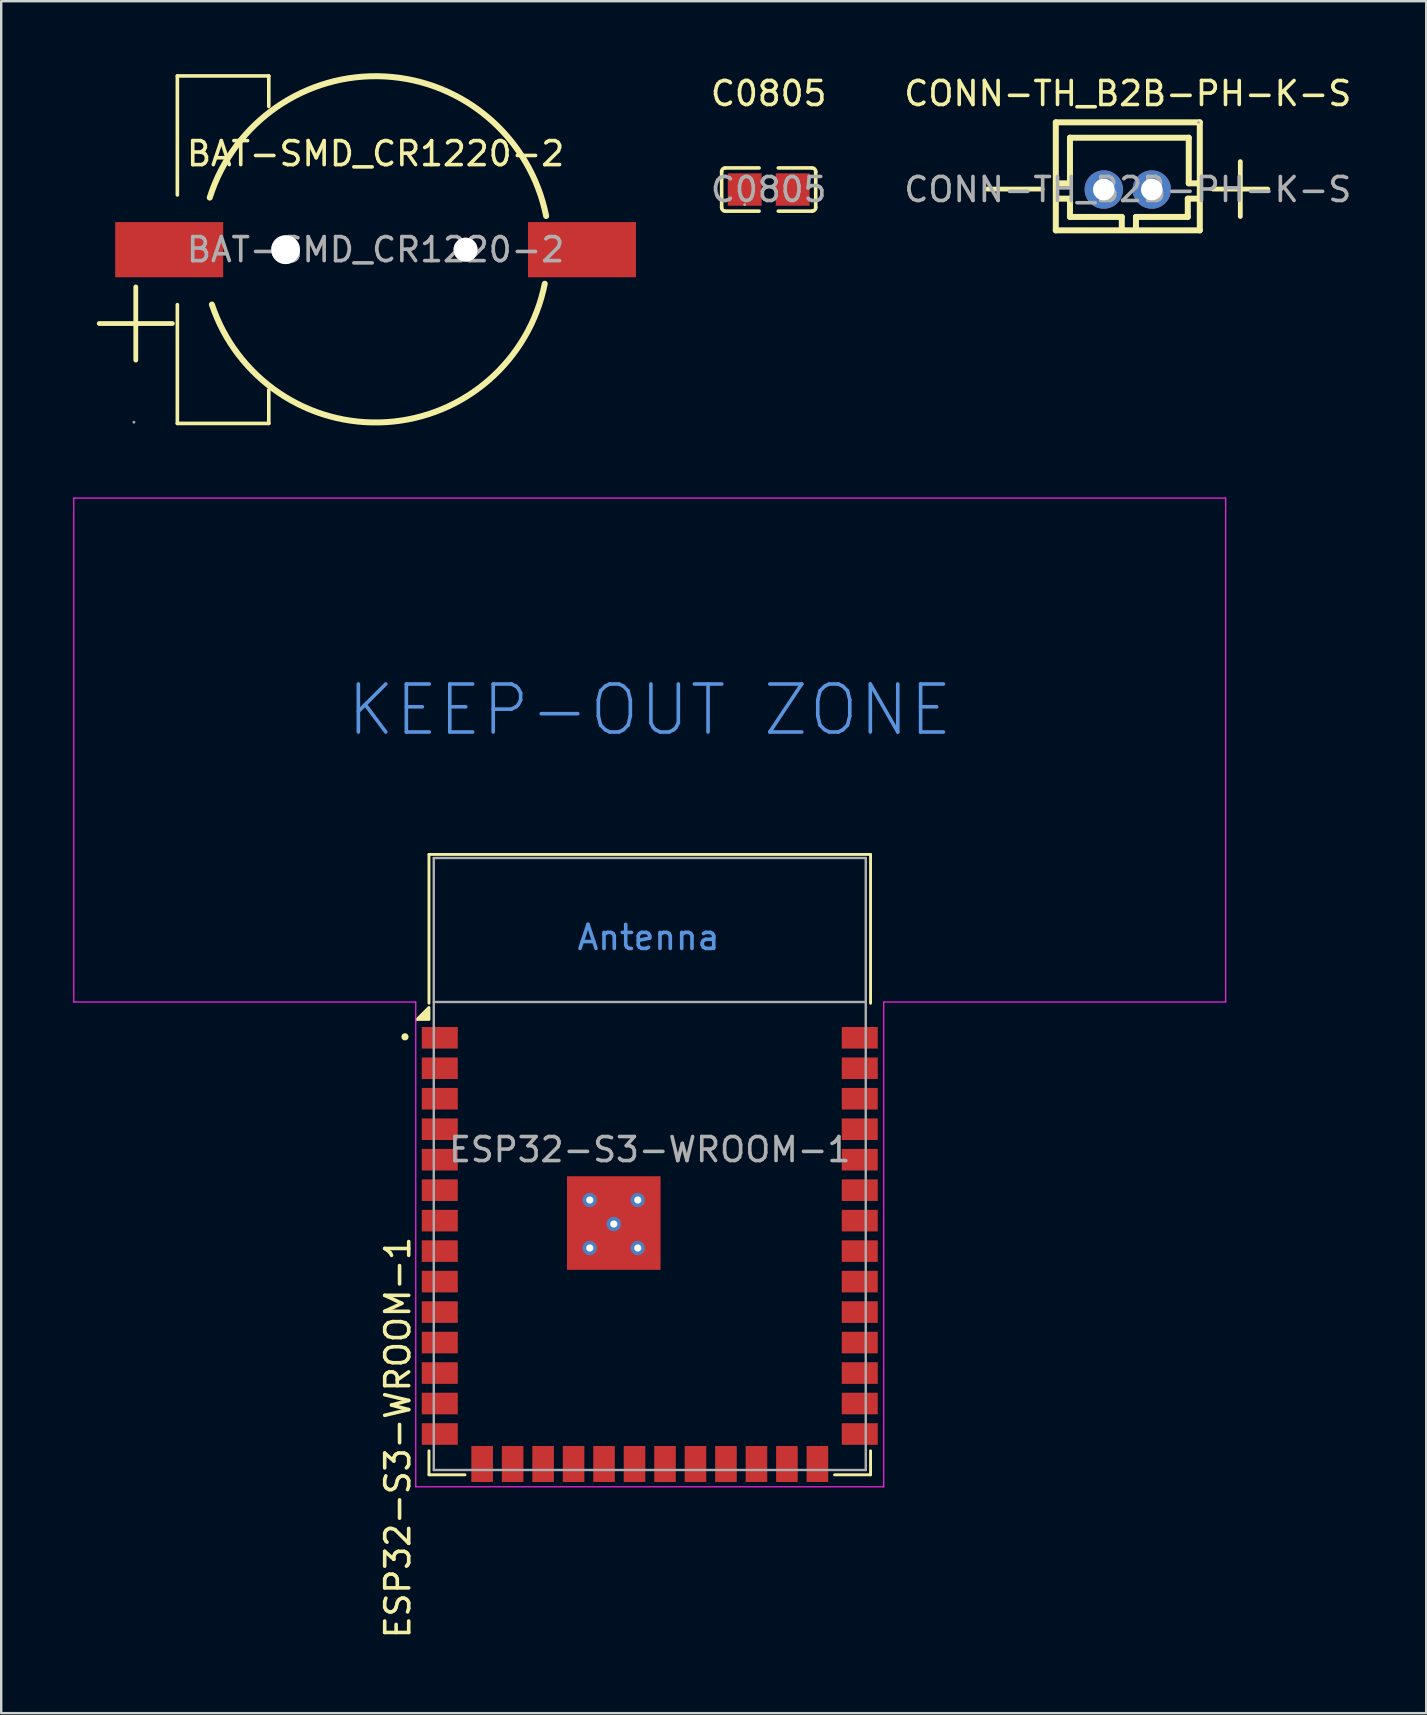
<source format=kicad_pcb>
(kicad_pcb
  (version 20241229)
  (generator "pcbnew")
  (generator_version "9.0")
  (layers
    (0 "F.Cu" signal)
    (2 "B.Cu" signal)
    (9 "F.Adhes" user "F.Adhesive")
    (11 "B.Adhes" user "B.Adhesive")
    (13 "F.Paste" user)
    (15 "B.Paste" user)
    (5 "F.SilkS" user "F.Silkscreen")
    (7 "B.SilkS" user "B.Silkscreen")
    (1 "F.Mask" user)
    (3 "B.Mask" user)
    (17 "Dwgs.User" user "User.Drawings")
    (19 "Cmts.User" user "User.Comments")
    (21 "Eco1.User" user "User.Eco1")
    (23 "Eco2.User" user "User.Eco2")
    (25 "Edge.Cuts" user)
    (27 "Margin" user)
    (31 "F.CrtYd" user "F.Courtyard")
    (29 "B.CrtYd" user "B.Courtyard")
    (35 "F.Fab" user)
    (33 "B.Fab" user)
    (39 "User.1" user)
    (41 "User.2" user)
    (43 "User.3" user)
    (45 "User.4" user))
  (footprint "C0805"
    (layer "F.Cu")
    (at 28.98 4.848)
    (property "Reference" "C0805" (at 0 -4 0) (layer "F.SilkS") (effects (font (size 1 1) (thickness 0.15))))
    (attr smd)
    (fp_line (start -1.96 0.75) (end -1.96 -0.75) (stroke (width 0.15) (type solid)) (layer "F.SilkS"))
    (fp_line (start -1.81 -0.9) (end -0.4 -0.9) (stroke (width 0.15) (type solid)) (layer "F.SilkS"))
    (fp_line (start -0.4 0.9) (end -1.81 0.9) (stroke (width 0.15) (type solid)) (layer "F.SilkS"))
    (fp_line (start 0.4 0.9) (end 1.81 0.9) (stroke (width 0.15) (type solid)) (layer "F.SilkS"))
    (fp_line (start 1.81 -0.9) (end 0.4 -0.9) (stroke (width 0.15) (type solid)) (layer "F.SilkS"))
    (fp_line (start 1.96 0.75) (end 1.96 -0.75) (stroke (width 0.15) (type solid)) (layer "F.SilkS"))
    (fp_arc (start -1.96 -0.75) (mid -1.916066 -0.856066) (end -1.81 -0.9) (stroke (width 0.15) (type solid)) (layer "F.SilkS"))
    (fp_arc (start -1.81 0.9) (mid -1.916066 0.856066) (end -1.96 0.75) (stroke (width 0.15) (type solid)) (layer "F.SilkS"))
    (fp_arc (start 1.81 -0.9) (mid 1.916066 -0.856066) (end 1.96 -0.75) (stroke (width 0.15) (type solid)) (layer "F.SilkS"))
    (fp_arc (start 1.96 0.75) (mid 1.916066 0.856066) (end 1.81 0.9) (stroke (width 0.15) (type solid)) (layer "F.SilkS"))
    (fp_circle (center -1 0.63) (end -0.97 0.63) (stroke (width 0.06) (type solid)) (fill no) (layer "F.Fab"))
    (fp_text user "${REFERENCE}" (at 0 0 0) (layer "F.Fab") (effects (font (size 1 1) (thickness 0.15))))
    (pad "1" smd rect (at -1 0) (size 1.41 1.35) (layers "F.Cu" "F.Mask" "F.Paste"))
    (pad "2" smd rect (at 1 0) (size 1.41 1.35) (layers "F.Cu" "F.Mask" "F.Paste")))
  (footprint "CONN-TH_B2B-PH-K-S"
    (layer "F.Cu")
    (at 43.944 4.848)
    (property "Reference" "CONN-TH_B2B-PH-K-S" (at 0 -4 0) (layer "F.SilkS") (effects (font (size 1 1) (thickness 0.15))))
    (attr through_hole)
    (fp_line (start -3 -2.8) (end 3 -2.8) (stroke (width 0.25) (type solid)) (layer "F.SilkS"))
    (fp_line (start -3 1.7) (end -3 -2.8) (stroke (width 0.25) (type solid)) (layer "F.SilkS"))
    (fp_line (start -2.92 -0.26) (end -2.41 -0.26) (stroke (width 0.25) (type solid)) (layer "F.SilkS"))
    (fp_line (start -2.92 0.38) (end -2.41 0.38) (stroke (width 0.25) (type solid)) (layer "F.SilkS"))
    (fp_line (start -2.41 -2.16) (end 2.54 -2.16) (stroke (width 0.25) (type solid)) (layer "F.SilkS"))
    (fp_line (start -2.41 -0.26) (end -2.41 -2.16) (stroke (width 0.25) (type solid)) (layer "F.SilkS"))
    (fp_line (start -2.41 0.38) (end -2.41 1.14) (stroke (width 0.25) (type solid)) (layer "F.SilkS"))
    (fp_line (start -2.41 1.14) (end -0.25 1.14) (stroke (width 0.25) (type solid)) (layer "F.SilkS"))
    (fp_line (start -0.25 1.14) (end -0.25 1.65) (stroke (width 0.25) (type solid)) (layer "F.SilkS"))
    (fp_line (start 0.34 1.14) (end 0.34 1.65) (stroke (width 0.25) (type solid)) (layer "F.SilkS"))
    (fp_line (start 2.5 0.38) (end 2.5 1.14) (stroke (width 0.25) (type solid)) (layer "F.SilkS"))
    (fp_line (start 2.5 1.14) (end 0.34 1.14) (stroke (width 0.25) (type solid)) (layer "F.SilkS"))
    (fp_line (start 2.54 -2.16) (end 2.54 -0.26) (stroke (width 0.25) (type solid)) (layer "F.SilkS"))
    (fp_line (start 2.54 -0.26) (end 2.93 -0.26) (stroke (width 0.25) (type solid)) (layer "F.SilkS"))
    (fp_line (start 3 -2.8) (end 3 1.7) (stroke (width 0.25) (type solid)) (layer "F.SilkS"))
    (fp_line (start 3 1.7) (end -3 1.7) (stroke (width 0.25) (type solid)) (layer "F.SilkS"))
    (fp_line (start 3.01 0.38) (end 2.5 0.38) (stroke (width 0.25) (type solid)) (layer "F.SilkS"))
    (fp_circle (center 2.95 -2.8) (end 2.98 -2.8) (stroke (width 0.06) (type solid)) (fill no) (layer "F.Fab"))
    (fp_text user "+" (at 2.7 1.5 0) (unlocked yes) (layer "F.SilkS") (effects (font (size 3 3) (thickness 0.2)) (justify left bottom)))
    (fp_text user "-" (at -6.7 1.5 0) (unlocked yes) (layer "F.SilkS") (effects (font (size 3 3) (thickness 0.2)) (justify left bottom)))
    (fp_text user "${REFERENCE}" (at 0 0 0) (layer "F.Fab") (effects (font (size 1 1) (thickness 0.15))))
    (pad "1" thru_hole circle (at 1 0 180) (size 1.6 1.6) (drill 0.9) (layers "*.Cu" "*.Mask"))
    (pad "2" thru_hole circle (at -1 0 180) (size 1.6 1.6) (drill 0.9) (layers "*.Cu" "*.Mask")))
  (footprint "BAT-SMD_CR1220-2"
    (layer "F.Cu")
    (at 12.6 7.354)
    (property "Reference" "BAT-SMD_CR1220-2" (at 0 -4 0) (layer "F.SilkS") (effects (font (size 1 1) (thickness 0.15))))
    (attr smd)
    (fp_line (start -8.26 -7.24) (end -8.26 -2.28) (stroke (width 0.15) (type solid)) (layer "F.SilkS"))
    (fp_line (start -8.26 2.29) (end -8.26 7.24) (stroke (width 0.15) (type solid)) (layer "F.SilkS"))
    (fp_line (start -8.26 7.24) (end -4.45 7.24) (stroke (width 0.15) (type solid)) (layer "F.SilkS"))
    (fp_line (start -4.45 -7.24) (end -8.26 -7.24) (stroke (width 0.15) (type solid)) (layer "F.SilkS"))
    (fp_line (start -4.45 -5.97) (end -4.45 -7.24) (stroke (width 0.15) (type solid)) (layer "F.SilkS"))
    (fp_line (start -4.45 7.24) (end -4.45 5.84) (stroke (width 0.15) (type solid)) (layer "F.SilkS"))
    (fp_arc (start -6.91 -2.17) (mid 0.395803 -7.217924) (end 7.1076 -1.403454) (stroke (width 0.25) (type solid)) (layer "F.SilkS"))
    (fp_arc (start 7.05 1.42) (mid 0.447691 7.185665) (end -6.82007 2.285356) (stroke (width 0.25) (type solid)) (layer "F.SilkS"))
    (fp_circle (center -3.75 0) (end -3.5 0) (stroke (width 0.5) (type solid)) (fill no) (layer "Cmts.User"))
    (fp_circle (center 3.75 0) (end 3.94 0) (stroke (width 0.38) (type solid)) (fill no) (layer "Cmts.User"))
    (fp_circle (center -10.07 7.19) (end -10.04 7.19) (stroke (width 0.06) (type solid)) (fill no) (layer "F.Fab"))
    (fp_text user "+" (at -12.6 5.1 0) (unlocked yes) (layer "F.SilkS") (effects (font (size 4 4) (thickness 0.2)) (justify left bottom)))
    (fp_text user "${REFERENCE}" (at 0 0 0) (layer "F.Fab") (effects (font (size 1 1) (thickness 0.15))))
    (pad "" thru_hole circle (at -3.75 0) (size 1.2 1.2) (drill 1.2) (layers "*.Cu" "*.Mask"))
    (pad "" thru_hole circle (at 3.75 0) (size 1 1) (drill 1) (layers "*.Cu" "*.Mask"))
    (pad "1" smd rect (at -8.6 0 180) (size 4.5 2.3) (layers "F.Cu" "F.Mask" "F.Paste"))
    (pad "2" smd rect (at 8.6 0 180) (size 4.5 2.3) (layers "F.Cu" "F.Mask" "F.Paste")))
  (footprint "ESP32-S3-WROOM-1"
    (layer "F.Cu")
    (at 24.025 45.453)
    (property "Reference" "ESP32-S3-WROOM-1" (at -10.5 11.4 90) (unlocked yes) (layer "F.SilkS") (effects (font (size 1 1) (thickness 0.15))))
    (attr smd)
    (fp_line (start -9.2 -12.9) (end -9.2 -6.7) (stroke (width 0.12) (type solid)) (layer "F.SilkS"))
    (fp_line (start -9.2 -12.9) (end 9.2 -12.9) (stroke (width 0.12) (type solid)) (layer "F.SilkS"))
    (fp_line (start -9.2 11.95) (end -9.2 12.95) (stroke (width 0.12) (type solid)) (layer "F.SilkS"))
    (fp_line (start -9.2 12.95) (end -7.7 12.95) (stroke (width 0.12) (type solid)) (layer "F.SilkS"))
    (fp_line (start 9.2 -12.9) (end 9.2 -6.7) (stroke (width 0.12) (type solid)) (layer "F.SilkS"))
    (fp_line (start 9.2 12.95) (end 7.7 12.95) (stroke (width 0.12) (type solid)) (layer "F.SilkS"))
    (fp_line (start 9.2 12.95) (end 9.2 11.95) (stroke (width 0.12) (type solid)) (layer "F.SilkS"))
    (fp_circle (center -10.2 -5.3) (end -10.2 -5.4) (stroke (width 0.1) (type solid)) (fill yes) (layer "F.SilkS"))
    (fp_poly (pts (xy -9.2 -6.025) (xy -9.7 -6.025) (xy -9.2 -6.525) (xy -9.2 -6.025)) (stroke (width 0.12) (type solid)) (fill yes) (layer "F.SilkS"))
    (fp_line (start -24 -27.75) (end -24 -6.75) (stroke (width 0.05) (type solid)) (layer "F.CrtYd"))
    (fp_line (start -24 -6.75) (end -9.75 -6.75) (stroke (width 0.05) (type solid)) (layer "F.CrtYd"))
    (fp_line (start -9.75 13.45) (end -9.75 -6.75) (stroke (width 0.05) (type solid)) (layer "F.CrtYd"))
    (fp_line (start -9.75 13.45) (end 9.75 13.45) (stroke (width 0.05) (type solid)) (layer "F.CrtYd"))
    (fp_line (start 9.75 -6.75) (end 9.75 13.45) (stroke (width 0.05) (type solid)) (layer "F.CrtYd"))
    (fp_line (start 9.75 -6.75) (end 24 -6.75) (stroke (width 0.05) (type solid)) (layer "F.CrtYd"))
    (fp_line (start 24 -27.75) (end -24 -27.75) (stroke (width 0.05) (type solid)) (layer "F.CrtYd"))
    (fp_line (start 24 -6.75) (end 24 -27.75) (stroke (width 0.05) (type solid)) (layer "F.CrtYd"))
    (fp_line (start -9 -12.75) (end 9 -12.75) (stroke (width 0.1) (type solid)) (layer "F.Fab"))
    (fp_line (start -9 -6.75) (end 9 -6.75) (stroke (width 0.1) (type solid)) (layer "F.Fab"))
    (fp_line (start -9 12.75) (end -9 -12.75) (stroke (width 0.1) (type solid)) (layer "F.Fab"))
    (fp_line (start -9 12.75) (end 9 12.75) (stroke (width 0.1) (type solid)) (layer "F.Fab"))
    (fp_line (start 9 12.75) (end 9 -12.75) (stroke (width 0.1) (type solid)) (layer "F.Fab"))
    (fp_text user "KEEP-OUT ZONE" (at 0 -18.92 0) (layer "Cmts.User") (effects (font (size 2 2) (thickness 0.15))))
    (fp_text user "Antenna" (at -0.05 -9.44 0) (layer "Cmts.User") (effects (font (size 1 1) (thickness 0.15))))
    (fp_text user "${REFERENCE}" (at 0 -0.6 0) (unlocked yes) (layer "F.Fab") (effects (font (size 1 1) (thickness 0.15))))
    (pad "" smd rect (at -2.9 1.06) (size 0.9 0.9) (layers "F.Paste"))
    (pad "" smd rect (at -2.9 2.46 270) (size 0.9 0.9) (layers "F.Paste"))
    (pad "" smd rect (at -2.9 3.86) (size 0.9 0.9) (layers "F.Paste"))
    (pad "" smd rect (at -1.5 1.06 270) (size 0.9 0.9) (layers "F.Paste"))
    (pad "" smd rect (at -1.5 2.46 270) (size 0.9 0.9) (layers "F.Paste"))
    (pad "" smd rect (at -1.5 3.86 270) (size 0.9 0.9) (layers "F.Paste"))
    (pad "" smd rect (at -0.1 1.06 270) (size 0.9 0.9) (layers "F.Paste"))
    (pad "" smd rect (at -0.1 2.46 270) (size 0.9 0.9) (layers "F.Paste"))
    (pad "" smd rect (at -0.1 3.86 270) (size 0.9 0.9) (layers "F.Paste"))
    (pad "1" smd rect (at -8.75 -5.26) (size 1.5 0.9) (layers "F.Cu" "F.Mask" "F.Paste"))
    (pad "2" smd rect (at -8.75 -3.99) (size 1.5 0.9) (layers "F.Cu" "F.Mask" "F.Paste"))
    (pad "3" smd rect (at -8.75 -2.72) (size 1.5 0.9) (layers "F.Cu" "F.Mask" "F.Paste"))
    (pad "4" smd rect (at -8.75 -1.45) (size 1.5 0.9) (layers "F.Cu" "F.Mask" "F.Paste"))
    (pad "5" smd rect (at -8.75 -0.18) (size 1.5 0.9) (layers "F.Cu" "F.Mask" "F.Paste"))
    (pad "6" smd rect (at -8.75 1.09) (size 1.5 0.9) (layers "F.Cu" "F.Mask" "F.Paste"))
    (pad "7" smd rect (at -8.75 2.36) (size 1.5 0.9) (layers "F.Cu" "F.Mask" "F.Paste"))
    (pad "8" smd rect (at -8.75 3.63) (size 1.5 0.9) (layers "F.Cu" "F.Mask" "F.Paste"))
    (pad "9" smd rect (at -8.75 4.9) (size 1.5 0.9) (layers "F.Cu" "F.Mask" "F.Paste"))
    (pad "10" smd rect (at -8.75 6.17) (size 1.5 0.9) (layers "F.Cu" "F.Mask" "F.Paste"))
    (pad "11" smd rect (at -8.75 7.44) (size 1.5 0.9) (layers "F.Cu" "F.Mask" "F.Paste"))
    (pad "12" smd rect (at -8.75 8.71) (size 1.5 0.9) (layers "F.Cu" "F.Mask" "F.Paste"))
    (pad "13" smd rect (at -8.75 9.98) (size 1.5 0.9) (layers "F.Cu" "F.Mask" "F.Paste"))
    (pad "14" smd rect (at -8.75 11.25 180) (size 1.5 0.9) (layers "F.Cu" "F.Mask" "F.Paste"))
    (pad "15" smd rect (at -6.985 12.5 270) (size 1.5 0.9) (layers "F.Cu" "F.Mask" "F.Paste"))
    (pad "16" smd rect (at -5.715 12.5 270) (size 1.5 0.9) (layers "F.Cu" "F.Mask" "F.Paste"))
    (pad "17" smd rect (at -4.445 12.5 270) (size 1.5 0.9) (layers "F.Cu" "F.Mask" "F.Paste"))
    (pad "18" smd rect (at -3.175 12.5 270) (size 1.5 0.9) (layers "F.Cu" "F.Mask" "F.Paste"))
    (pad "19" smd rect (at -1.905 12.5 270) (size 1.5 0.9) (layers "F.Cu" "F.Mask" "F.Paste"))
    (pad "20" smd rect (at -0.635 12.5 270) (size 1.5 0.9) (layers "F.Cu" "F.Mask" "F.Paste"))
    (pad "21" smd rect (at 0.635 12.5 270) (size 1.5 0.9) (layers "F.Cu" "F.Mask" "F.Paste"))
    (pad "22" smd rect (at 1.905 12.5 270) (size 1.5 0.9) (layers "F.Cu" "F.Mask" "F.Paste"))
    (pad "23" smd rect (at 3.175 12.5 270) (size 1.5 0.9) (layers "F.Cu" "F.Mask" "F.Paste"))
    (pad "24" smd rect (at 4.445 12.5 270) (size 1.5 0.9) (layers "F.Cu" "F.Mask" "F.Paste"))
    (pad "25" smd rect (at 5.715 12.5 270) (size 1.5 0.9) (layers "F.Cu" "F.Mask" "F.Paste"))
    (pad "26" smd rect (at 6.985 12.5 270) (size 1.5 0.9) (layers "F.Cu" "F.Mask" "F.Paste"))
    (pad "27" smd rect (at 8.75 11.25) (size 1.5 0.9) (layers "F.Cu" "F.Mask" "F.Paste"))
    (pad "28" smd rect (at 8.75 9.98) (size 1.5 0.9) (layers "F.Cu" "F.Mask" "F.Paste"))
    (pad "29" smd rect (at 8.75 8.71) (size 1.5 0.9) (layers "F.Cu" "F.Mask" "F.Paste"))
    (pad "30" smd rect (at 8.75 7.44) (size 1.5 0.9) (layers "F.Cu" "F.Mask" "F.Paste"))
    (pad "31" smd rect (at 8.75 6.17) (size 1.5 0.9) (layers "F.Cu" "F.Mask" "F.Paste"))
    (pad "32" smd rect (at 8.75 4.9) (size 1.5 0.9) (layers "F.Cu" "F.Mask" "F.Paste"))
    (pad "33" smd rect (at 8.75 3.63) (size 1.5 0.9) (layers "F.Cu" "F.Mask" "F.Paste"))
    (pad "34" smd rect (at 8.75 2.36) (size 1.5 0.9) (layers "F.Cu" "F.Mask" "F.Paste"))
    (pad "35" smd rect (at 8.75 1.09) (size 1.5 0.9) (layers "F.Cu" "F.Mask" "F.Paste"))
    (pad "36" smd rect (at 8.75 -0.18) (size 1.5 0.9) (layers "F.Cu" "F.Mask" "F.Paste"))
    (pad "37" smd rect (at 8.75 -1.45) (size 1.5 0.9) (layers "F.Cu" "F.Mask" "F.Paste"))
    (pad "38" smd rect (at 8.75 -2.72) (size 1.5 0.9) (layers "F.Cu" "F.Mask" "F.Paste"))
    (pad "39" smd rect (at 8.75 -3.99) (size 1.5 0.9) (layers "F.Cu" "F.Mask" "F.Paste"))
    (pad "40" smd rect (at 8.75 -5.26) (size 1.5 0.9) (layers "F.Cu" "F.Mask" "F.Paste"))
    (pad "41" thru_hole circle (at -2.5 1.5 90) (size 0.6 0.6) (drill 0.3) (property pad_prop_heatsink) (layers "*.Cu" "F.Mask"))
    (pad "41" thru_hole circle (at -2.5 3.5) (size 0.6 0.6) (drill 0.3) (property pad_prop_heatsink) (layers "*.Cu" "F.Mask"))
    (pad "41" smd rect (at -1.5 2.46 270) (size 3.9 3.9) (property pad_prop_heatsink) (layers "F.Cu" "F.Mask"))
    (pad "41" thru_hole circle (at -1.5 2.5) (size 0.6 0.6) (drill 0.3) (property pad_prop_heatsink) (layers "*.Cu" "F.Mask"))
    (pad "41" thru_hole circle (at -0.5 1.5) (size 0.6 0.6) (drill 0.3) (property pad_prop_heatsink) (layers "*.Cu" "F.Mask"))
    (pad "41" thru_hole circle (at -0.5 3.5) (size 0.6 0.6) (drill 0.3) (property pad_prop_heatsink) (layers "*.Cu" "F.Mask"))
    (zone (net_name "") (layers "F.Cu" "B.Cu") (hatch full 0.508) (connect_pads) (min_thickness 0.254) (filled_areas_thickness no) (keepout (tracks not_allowed) (vias not_allowed) (pads not_allowed) (copperpour not_allowed) (footprints not_allowed)) (placement (enabled no)) (fill) (polygon (pts (xy 0.025 38.703) (xy 48.025 38.703) (xy 48.025 17.703) (xy 0.025 17.703)))))
  (gr_rect
    (start -3 -3)
    (end 56.379 68.335)
    (stroke (width 0.1) (type default))
    (fill no)
    (layer "Edge.Cuts")))
</source>
